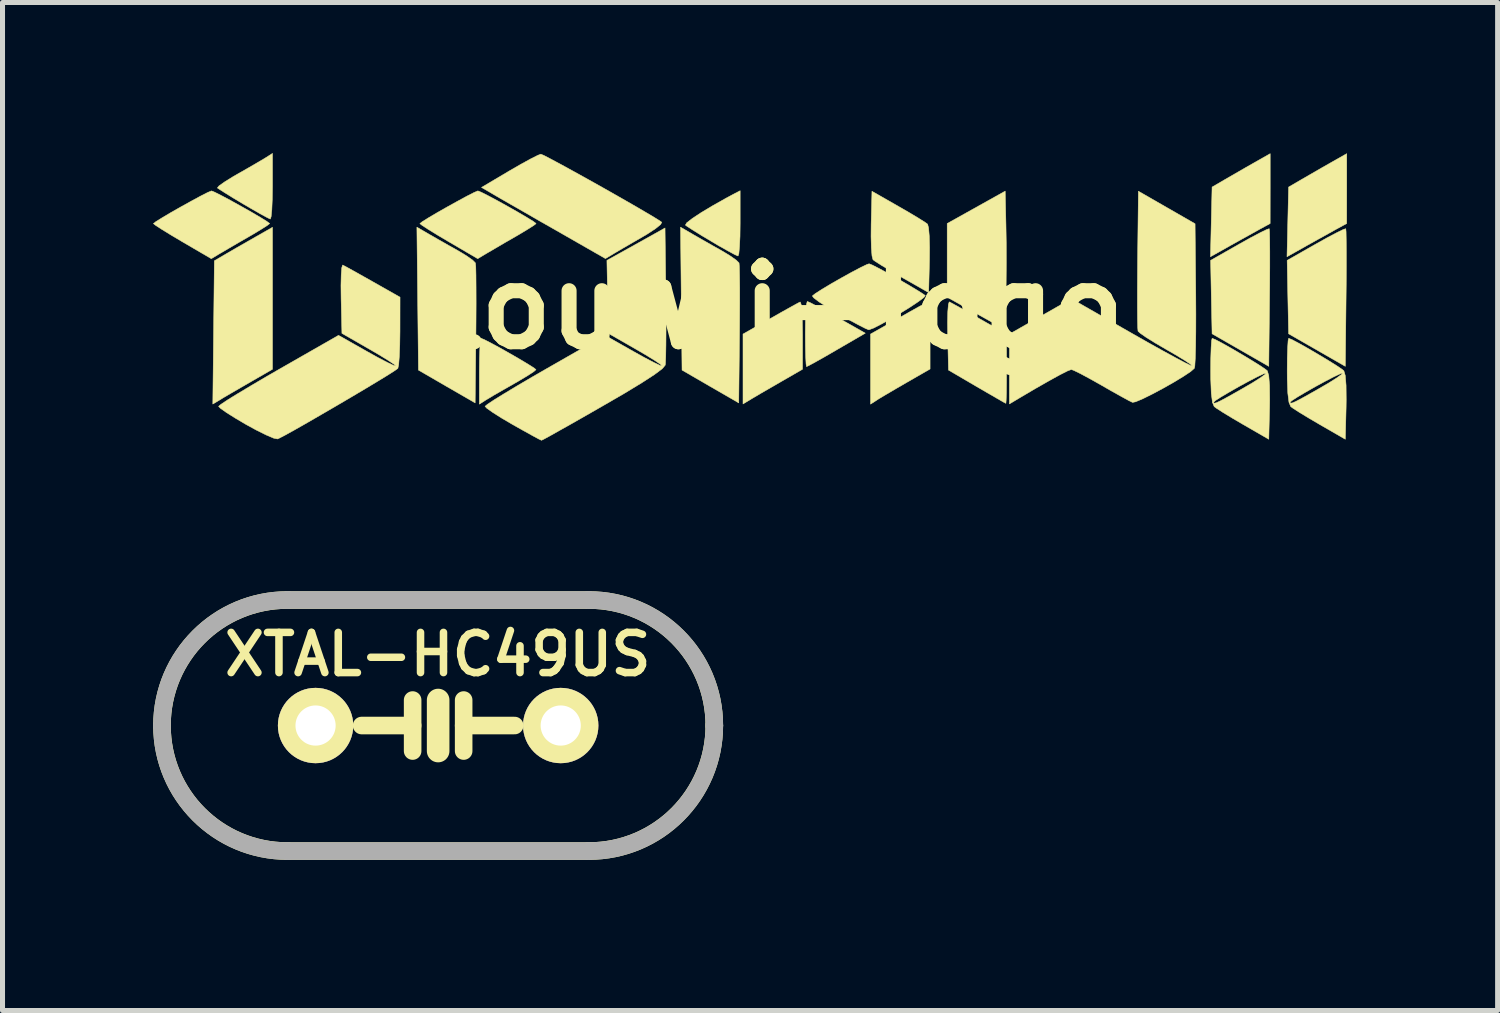
<source format=kicad_pcb>
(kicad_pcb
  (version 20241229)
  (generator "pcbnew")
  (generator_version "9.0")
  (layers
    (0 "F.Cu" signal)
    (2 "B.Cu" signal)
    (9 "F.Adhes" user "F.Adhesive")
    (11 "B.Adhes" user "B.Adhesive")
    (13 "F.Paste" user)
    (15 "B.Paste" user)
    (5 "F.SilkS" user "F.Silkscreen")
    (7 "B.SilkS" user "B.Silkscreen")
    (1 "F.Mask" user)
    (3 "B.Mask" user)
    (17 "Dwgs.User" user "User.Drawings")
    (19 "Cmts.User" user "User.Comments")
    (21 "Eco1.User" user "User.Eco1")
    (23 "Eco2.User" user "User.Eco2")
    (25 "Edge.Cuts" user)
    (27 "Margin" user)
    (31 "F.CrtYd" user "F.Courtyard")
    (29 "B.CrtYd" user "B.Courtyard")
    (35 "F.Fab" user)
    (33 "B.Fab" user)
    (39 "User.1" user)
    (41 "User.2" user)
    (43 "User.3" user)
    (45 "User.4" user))
  (footprint "LouWii-logo"
    (layer "F.Cu")
    (at 12.31 3.066)
    (property "Reference" "LouWii-logo" (at 0 0 0) (layer "F.SilkS") (effects (font (size 1.524 1.524) (thickness 0.3))))
    (attr through_hole)
    (fp_poly (pts (xy 4.672 -1.638) (xy 4.678 -1.288) (xy 4.679 -0.884) (xy 4.676 -0.487) (xy 4.672 -0.26) (xy 4.657 0.447) (xy 4.079 0.125) (xy 3.502 -0.198) (xy 3.502 -1.665) (xy 4.657 -2.31) (xy 4.672 -1.638)) (stroke (width 0.01) (type solid)) (fill yes) (layer "F.SilkS"))
    (fp_poly (pts (xy -9.934 1.237) (xy -10.343 1.473) (xy -10.561 1.599) (xy -10.766 1.718) (xy -10.918 1.807) (xy -10.937 1.819) (xy -11.122 1.93) (xy -11.091 -0.923) (xy -10.837 -1.072) (xy -10.644 -1.184) (xy -10.413 -1.316) (xy -10.259 -1.404) (xy -9.934 -1.589) (xy -9.934 1.237)) (stroke (width 0.01) (type solid)) (fill yes) (layer "F.SilkS"))
    (fp_poly (pts (xy 9.921 -1.502) (xy 9.924 -1.345) (xy 9.926 -1.106) (xy 9.926 -0.802) (xy 9.924 -0.448) (xy 9.921 -0.181) (xy 9.906 1.179) (xy 8.777 0.531) (xy 8.762 -0.2) (xy 8.748 -0.931) (xy 9.321 -1.257) (xy 9.547 -1.383) (xy 9.735 -1.482) (xy 9.864 -1.545) (xy 9.915 -1.562) (xy 9.921 -1.502)) (stroke (width 0.01) (type solid)) (fill yes) (layer "F.SilkS"))
    (fp_poly (pts (xy 9.934 -2.361) (xy 9.933 -1.665) (xy 9.722 -1.55) (xy 9.566 -1.463) (xy 9.355 -1.346) (xy 9.136 -1.224) (xy 9.128 -1.219) (xy 8.745 -1.004) (xy 8.761 -1.698) (xy 8.777 -2.391) (xy 9.031 -2.539) (xy 9.225 -2.651) (xy 9.455 -2.784) (xy 9.61 -2.872) (xy 9.934 -3.056) (xy 9.934 -2.361)) (stroke (width 0.01) (type solid)) (fill yes) (layer "F.SilkS"))
    (fp_poly (pts (xy 11.445 -1.502) (xy 11.448 -1.345) (xy 11.45 -1.106) (xy 11.45 -0.802) (xy 11.448 -0.448) (xy 11.445 -0.181) (xy 11.43 1.179) (xy 10.301 0.531) (xy 10.286 -0.2) (xy 10.272 -0.931) (xy 10.845 -1.257) (xy 11.071 -1.383) (xy 11.259 -1.482) (xy 11.388 -1.545) (xy 11.439 -1.562) (xy 11.445 -1.502)) (stroke (width 0.01) (type solid)) (fill yes) (layer "F.SilkS"))
    (fp_poly (pts (xy 11.458 -2.361) (xy 11.457 -1.665) (xy 11.246 -1.55) (xy 11.09 -1.463) (xy 10.879 -1.346) (xy 10.66 -1.224) (xy 10.652 -1.219) (xy 10.269 -1.004) (xy 10.285 -1.698) (xy 10.301 -2.391) (xy 10.555 -2.539) (xy 10.749 -2.651) (xy 10.979 -2.784) (xy 11.134 -2.872) (xy 11.458 -3.056) (xy 11.458 -2.361)) (stroke (width 0.01) (type solid)) (fill yes) (layer "F.SilkS"))
    (fp_poly (pts (xy -6.817 -1.452) (xy -6.632 -1.346) (xy -6.407 -1.218) (xy -6.246 -1.128) (xy -6.075 -1.025) (xy -5.947 -0.935) (xy -5.893 -0.88) (xy -5.886 -0.808) (xy -5.882 -0.639) (xy -5.88 -0.39) (xy -5.879 -0.077) (xy -5.881 0.283) (xy -5.883 0.545) (xy -5.898 1.907) (xy -6.463 1.581) (xy -7.027 1.254) (xy -7.058 -1.592) (xy -6.817 -1.452)) (stroke (width 0.01) (type solid)) (fill yes) (layer "F.SilkS"))
    (fp_poly (pts (xy -1.567 -1.452) (xy -1.383 -1.346) (xy -1.158 -1.218) (xy -0.997 -1.128) (xy -0.826 -1.025) (xy -0.698 -0.935) (xy -0.643 -0.88) (xy -0.637 -0.808) (xy -0.633 -0.639) (xy -0.63 -0.39) (xy -0.63 -0.077) (xy -0.632 0.283) (xy -0.634 0.545) (xy -0.649 1.907) (xy -1.214 1.581) (xy -1.778 1.254) (xy -1.793 -0.169) (xy -1.808 -1.592) (xy -1.567 -1.452)) (stroke (width 0.01) (type solid)) (fill yes) (layer "F.SilkS"))
    (fp_poly (pts (xy 0.593 -0.058) (xy 0.607 0.079) (xy 0.617 0.287) (xy 0.621 0.545) (xy 0.621 0.557) (xy 0.621 1.237) (xy 0.212 1.473) (xy -0.006 1.599) (xy -0.21 1.717) (xy -0.362 1.807) (xy -0.381 1.818) (xy -0.564 1.928) (xy -0.564 0.536) (xy -0.017 0.226) (xy 0.207 0.099) (xy 0.395 -0.006) (xy 0.526 -0.078) (xy 0.575 -0.103) (xy 0.593 -0.058)) (stroke (width 0.01) (type solid)) (fill yes) (layer "F.SilkS"))
    (fp_poly (pts (xy 0.778 -0.087) (xy 0.916 -0.015) (xy 1.11 0.09) (xy 1.313 0.203) (xy 1.871 0.519) (xy 1.298 0.852) (xy 1.072 0.983) (xy 0.884 1.089) (xy 0.753 1.16) (xy 0.701 1.185) (xy 0.692 1.133) (xy 0.684 0.989) (xy 0.679 0.778) (xy 0.677 0.536) (xy 0.68 0.281) (xy 0.689 0.072) (xy 0.702 -0.066) (xy 0.716 -0.113) (xy 0.778 -0.087)) (stroke (width 0.01) (type solid)) (fill yes) (layer "F.SilkS"))
    (fp_poly (pts (xy 3.133 -0.058) (xy 3.147 0.079) (xy 3.157 0.287) (xy 3.161 0.545) (xy 3.161 0.555) (xy 3.161 1.232) (xy 2.695 1.5) (xy 2.476 1.627) (xy 2.282 1.741) (xy 2.141 1.825) (xy 2.103 1.85) (xy 1.976 1.932) (xy 1.976 0.536) (xy 2.523 0.226) (xy 2.747 0.099) (xy 2.935 -0.006) (xy 3.066 -0.078) (xy 3.115 -0.103) (xy 3.133 -0.058)) (stroke (width 0.01) (type solid)) (fill yes) (layer "F.SilkS"))
    (fp_poly (pts (xy -0.621 -1.667) (xy -0.624 -1.411) (xy -0.634 -1.203) (xy -0.647 -1.065) (xy -0.663 -1.018) (xy -0.727 -1.046) (xy -0.864 -1.12) (xy -1.052 -1.226) (xy -1.185 -1.305) (xy -1.395 -1.43) (xy -1.568 -1.538) (xy -1.682 -1.612) (xy -1.711 -1.634) (xy -1.685 -1.679) (xy -1.574 -1.765) (xy -1.396 -1.883) (xy -1.165 -2.021) (xy -0.899 -2.171) (xy -0.748 -2.252) (xy -0.621 -2.318) (xy -0.621 -1.667)) (stroke (width 0.01) (type solid)) (fill yes) (layer "F.SilkS"))
    (fp_poly (pts (xy 2.531 -2.006) (xy 2.753 -1.878) (xy 2.939 -1.766) (xy 3.067 -1.685) (xy 3.112 -1.652) (xy 3.131 -1.578) (xy 3.145 -1.415) (xy 3.151 -1.189) (xy 3.149 -0.945) (xy 3.133 -0.29) (xy 2.605 -0.59) (xy 2.384 -0.719) (xy 2.197 -0.83) (xy 2.069 -0.912) (xy 2.025 -0.944) (xy 2.005 -1.019) (xy 1.992 -1.181) (xy 1.986 -1.408) (xy 1.988 -1.652) (xy 2.004 -2.307) (xy 2.531 -2.006)) (stroke (width 0.01) (type solid)) (fill yes) (layer "F.SilkS"))
    (fp_poly (pts (xy -9.934 -2.405) (xy -9.938 -2.149) (xy -9.947 -1.94) (xy -9.961 -1.802) (xy -9.977 -1.754) (xy -10.04 -1.784) (xy -10.178 -1.859) (xy -10.366 -1.967) (xy -10.51 -2.051) (xy -10.719 -2.176) (xy -10.89 -2.282) (xy -11.001 -2.353) (xy -11.031 -2.374) (xy -10.999 -2.414) (xy -10.888 -2.493) (xy -10.719 -2.598) (xy -10.625 -2.652) (xy -10.411 -2.774) (xy -10.222 -2.884) (xy -10.088 -2.963) (xy -10.061 -2.98) (xy -9.934 -3.061) (xy -9.934 -2.405)) (stroke (width 0.01) (type solid)) (fill yes) (layer "F.SilkS"))
    (fp_poly (pts (xy -5.716 0.647) (xy -5.582 0.716) (xy -5.403 0.813) (xy -5.203 0.926) (xy -5.007 1.039) (xy -4.839 1.14) (xy -4.724 1.213) (xy -4.686 1.245) (xy -4.731 1.284) (xy -4.853 1.364) (xy -5.03 1.47) (xy -5.122 1.523) (xy -5.336 1.645) (xy -5.526 1.754) (xy -5.659 1.834) (xy -5.687 1.851) (xy -5.814 1.932) (xy -5.814 1.276) (xy -5.811 1.02) (xy -5.804 0.81) (xy -5.793 0.67) (xy -5.78 0.621) (xy -5.716 0.647)) (stroke (width 0.01) (type solid)) (fill yes) (layer "F.SilkS"))
    (fp_poly (pts (xy 3.544 -0.104) (xy 3.61 -0.07) (xy 3.751 0.008) (xy 3.947 0.118) (xy 4.137 0.226) (xy 4.683 0.536) (xy 4.684 1.228) (xy 4.683 1.492) (xy 4.681 1.709) (xy 4.676 1.858) (xy 4.671 1.916) (xy 4.671 1.916) (xy 4.619 1.889) (xy 4.491 1.815) (xy 4.304 1.707) (xy 4.092 1.584) (xy 3.528 1.254) (xy 3.512 0.565) (xy 3.509 0.304) (xy 3.514 0.091) (xy 3.526 -0.052) (xy 3.542 -0.104) (xy 3.544 -0.104)) (stroke (width 0.01) (type solid)) (fill yes) (layer "F.SilkS"))
    (fp_poly (pts (xy -11.083 -2.288) (xy -10.948 -2.22) (xy -10.766 -2.123) (xy -10.561 -2.009) (xy -10.357 -1.894) (xy -10.179 -1.789) (xy -10.049 -1.709) (xy -9.992 -1.666) (xy -9.991 -1.664) (xy -10.036 -1.628) (xy -10.157 -1.551) (xy -10.33 -1.446) (xy -10.4 -1.406) (xy -10.615 -1.282) (xy -10.815 -1.165) (xy -10.961 -1.079) (xy -10.981 -1.068) (xy -11.152 -0.965) (xy -11.729 -1.302) (xy -11.953 -1.435) (xy -12.137 -1.548) (xy -12.26 -1.628) (xy -12.305 -1.663) (xy -12.259 -1.7) (xy -12.137 -1.776) (xy -11.964 -1.879) (xy -11.762 -1.994) (xy -11.556 -2.108) (xy -11.37 -2.209) (xy -11.227 -2.282) (xy -11.151 -2.314) (xy -11.148 -2.314) (xy -11.083 -2.288)) (stroke (width 0.01) (type solid)) (fill yes) (layer "F.SilkS"))
    (fp_poly (pts (xy -5.777 -2.288) (xy -5.642 -2.22) (xy -5.46 -2.123) (xy -5.255 -2.009) (xy -5.052 -1.894) (xy -4.873 -1.789) (xy -4.743 -1.709) (xy -4.686 -1.666) (xy -4.685 -1.664) (xy -4.73 -1.628) (xy -4.851 -1.551) (xy -5.025 -1.446) (xy -5.094 -1.406) (xy -5.31 -1.282) (xy -5.509 -1.165) (xy -5.656 -1.079) (xy -5.675 -1.068) (xy -5.847 -0.965) (xy -6.423 -1.302) (xy -6.647 -1.435) (xy -6.831 -1.548) (xy -6.954 -1.628) (xy -6.999 -1.663) (xy -6.953 -1.7) (xy -6.832 -1.776) (xy -6.658 -1.879) (xy -6.456 -1.994) (xy -6.25 -2.108) (xy -6.064 -2.209) (xy -5.921 -2.282) (xy -5.846 -2.314) (xy -5.842 -2.314) (xy -5.777 -2.288)) (stroke (width 0.01) (type solid)) (fill yes) (layer "F.SilkS"))
    (fp_poly (pts (xy 2.015 -0.836) (xy 2.154 -0.765) (xy 2.338 -0.665) (xy 2.544 -0.549) (xy 2.746 -0.432) (xy 2.917 -0.329) (xy 3.034 -0.254) (xy 3.066 -0.229) (xy 3.035 -0.19) (xy 2.928 -0.11) (xy 2.768 -0.003) (xy 2.576 0.116) (xy 2.375 0.235) (xy 2.188 0.339) (xy 2.038 0.416) (xy 1.947 0.45) (xy 1.939 0.451) (xy 1.873 0.424) (xy 1.732 0.352) (xy 1.536 0.247) (xy 1.34 0.137) (xy 1.123 0.008) (xy 0.951 -0.104) (xy 0.844 -0.185) (xy 0.817 -0.223) (xy 0.877 -0.271) (xy 1.012 -0.357) (xy 1.195 -0.467) (xy 1.402 -0.585) (xy 1.606 -0.698) (xy 1.783 -0.791) (xy 1.906 -0.85) (xy 1.947 -0.863) (xy 2.015 -0.836)) (stroke (width 0.01) (type solid)) (fill yes) (layer "F.SilkS"))
    (fp_poly (pts (xy -4.528 -3.02) (xy -4.386 -2.946) (xy -4.179 -2.835) (xy -3.924 -2.695) (xy -3.639 -2.537) (xy -3.339 -2.369) (xy -3.042 -2.2) (xy -2.764 -2.041) (xy -2.522 -1.9) (xy -2.333 -1.788) (xy -2.212 -1.712) (xy -2.182 -1.69) (xy -2.205 -1.646) (xy -2.308 -1.562) (xy -2.471 -1.455) (xy -2.549 -1.409) (xy -2.765 -1.284) (xy -2.965 -1.168) (xy -3.111 -1.082) (xy -3.133 -1.069) (xy -3.303 -0.967) (xy -4.29 -1.532) (xy -4.61 -1.714) (xy -4.912 -1.888) (xy -5.178 -2.04) (xy -5.387 -2.16) (xy -5.519 -2.237) (xy -5.524 -2.24) (xy -5.771 -2.384) (xy -5.214 -2.714) (xy -4.987 -2.845) (xy -4.792 -2.952) (xy -4.651 -3.023) (xy -4.59 -3.046) (xy -4.528 -3.02)) (stroke (width 0.01) (type solid)) (fill yes) (layer "F.SilkS"))
    (fp_poly (pts (xy -2.101 -0.266) (xy -2.097 0.113) (xy -2.097 0.459) (xy -2.099 0.755) (xy -2.103 0.981) (xy -2.109 1.123) (xy -2.114 1.157) (xy -2.173 1.227) (xy -2.328 1.343) (xy -2.581 1.507) (xy -2.932 1.72) (xy -3.348 1.961) (xy -3.681 2.152) (xy -3.981 2.323) (xy -4.234 2.465) (xy -4.426 2.573) (xy -4.545 2.637) (xy -4.577 2.652) (xy -4.632 2.626) (xy -4.765 2.554) (xy -4.954 2.449) (xy -5.151 2.338) (xy -5.371 2.209) (xy -5.549 2.096) (xy -5.665 2.014) (xy -5.701 1.976) (xy -5.654 1.936) (xy -5.522 1.848) (xy -5.318 1.722) (xy -5.057 1.565) (xy -4.75 1.385) (xy -4.507 1.245) (xy -3.313 0.562) (xy -2.753 0.879) (xy -2.53 1.003) (xy -2.345 1.1) (xy -2.218 1.16) (xy -2.171 1.174) (xy -2.207 1.139) (xy -2.324 1.06) (xy -2.501 0.951) (xy -2.697 0.837) (xy -3.246 0.522) (xy -3.26 -0.205) (xy -3.274 -0.931) (xy -2.695 -1.253) (xy -2.117 -1.576) (xy -2.101 -0.266)) (stroke (width 0.01) (type solid)) (fill yes) (layer "F.SilkS"))
    (fp_poly (pts (xy 8.845 0.648) (xy 8.983 0.721) (xy 9.166 0.824) (xy 9.369 0.943) (xy 9.567 1.062) (xy 9.735 1.167) (xy 9.847 1.243) (xy 9.877 1.268) (xy 9.905 1.363) (xy 9.921 1.558) (xy 9.924 1.84) (xy 9.922 1.987) (xy 9.906 2.631) (xy 9.398 2.338) (xy 9.178 2.209) (xy 8.992 2.096) (xy 8.862 2.012) (xy 8.819 1.98) (xy 8.784 1.895) (xy 8.805 1.895) (xy 8.816 1.913) (xy 8.859 1.906) (xy 8.949 1.864) (xy 9.103 1.781) (xy 9.337 1.649) (xy 9.372 1.629) (xy 9.58 1.508) (xy 9.741 1.406) (xy 9.837 1.336) (xy 9.855 1.313) (xy 9.8 1.329) (xy 9.673 1.389) (xy 9.5 1.479) (xy 9.304 1.586) (xy 9.113 1.695) (xy 8.949 1.792) (xy 8.838 1.864) (xy 8.805 1.895) (xy 8.784 1.895) (xy 8.784 1.895) (xy 8.761 1.714) (xy 8.75 1.43) (xy 8.749 1.268) (xy 8.751 1.013) (xy 8.758 0.805) (xy 8.767 0.667) (xy 8.778 0.621) (xy 8.845 0.648)) (stroke (width 0.01) (type solid)) (fill yes) (layer "F.SilkS"))
    (fp_poly (pts (xy 10.369 0.648) (xy 10.507 0.721) (xy 10.69 0.824) (xy 10.893 0.943) (xy 11.091 1.062) (xy 11.259 1.167) (xy 11.371 1.243) (xy 11.401 1.268) (xy 11.429 1.363) (xy 11.445 1.558) (xy 11.448 1.84) (xy 11.446 1.987) (xy 11.43 2.631) (xy 10.922 2.338) (xy 10.702 2.209) (xy 10.516 2.096) (xy 10.386 2.012) (xy 10.343 1.98) (xy 10.308 1.895) (xy 10.329 1.895) (xy 10.34 1.913) (xy 10.383 1.906) (xy 10.473 1.864) (xy 10.627 1.781) (xy 10.861 1.649) (xy 10.896 1.629) (xy 11.104 1.508) (xy 11.265 1.406) (xy 11.361 1.336) (xy 11.379 1.313) (xy 11.324 1.329) (xy 11.197 1.389) (xy 11.024 1.479) (xy 10.828 1.586) (xy 10.637 1.695) (xy 10.473 1.792) (xy 10.362 1.864) (xy 10.329 1.895) (xy 10.308 1.895) (xy 10.308 1.895) (xy 10.285 1.714) (xy 10.274 1.43) (xy 10.273 1.268) (xy 10.275 1.013) (xy 10.282 0.805) (xy 10.291 0.667) (xy 10.302 0.621) (xy 10.369 0.648)) (stroke (width 0.01) (type solid)) (fill yes) (layer "F.SilkS"))
    (fp_poly (pts (xy -8.536 -0.838) (xy -8.47 -0.804) (xy -8.329 -0.726) (xy -8.133 -0.616) (xy -7.941 -0.508) (xy -7.394 -0.198) (xy -7.395 0.48) (xy -7.399 0.749) (xy -7.408 0.978) (xy -7.421 1.143) (xy -7.437 1.22) (xy -7.494 1.261) (xy -7.631 1.349) (xy -7.834 1.473) (xy -8.085 1.624) (xy -8.368 1.792) (xy -8.666 1.967) (xy -8.962 2.139) (xy -9.24 2.3) (xy -9.484 2.439) (xy -9.677 2.546) (xy -9.802 2.611) (xy -9.833 2.625) (xy -9.909 2.61) (xy -10.059 2.546) (xy -10.26 2.446) (xy -10.456 2.339) (xy -10.676 2.209) (xy -10.854 2.097) (xy -10.971 2.014) (xy -11.007 1.976) (xy -10.96 1.936) (xy -10.828 1.848) (xy -10.624 1.722) (xy -10.362 1.565) (xy -10.056 1.385) (xy -9.813 1.245) (xy -8.619 0.562) (xy -8.059 0.879) (xy -7.836 1.003) (xy -7.65 1.1) (xy -7.524 1.16) (xy -7.477 1.174) (xy -7.513 1.139) (xy -7.63 1.06) (xy -7.807 0.951) (xy -8.003 0.837) (xy -8.551 0.522) (xy -8.567 -0.167) (xy -8.57 -0.429) (xy -8.565 -0.642) (xy -8.554 -0.785) (xy -8.537 -0.838) (xy -8.536 -0.838)) (stroke (width 0.01) (type solid)) (fill yes) (layer "F.SilkS"))
    (fp_poly (pts (xy 7.874 -1.984) (xy 8.438 -1.66) (xy 8.452 -0.251) (xy 8.454 0.138) (xy 8.453 0.491) (xy 8.449 0.792) (xy 8.442 1.024) (xy 8.433 1.172) (xy 8.424 1.218) (xy 8.349 1.284) (xy 8.203 1.381) (xy 8.01 1.498) (xy 7.794 1.62) (xy 7.58 1.734) (xy 7.392 1.827) (xy 7.254 1.885) (xy 7.193 1.897) (xy 7.113 1.858) (xy 6.96 1.774) (xy 6.756 1.66) (xy 6.572 1.554) (xy 6.348 1.428) (xy 6.159 1.326) (xy 6.026 1.261) (xy 5.974 1.242) (xy 5.899 1.27) (xy 5.743 1.349) (xy 5.522 1.471) (xy 5.25 1.626) (xy 4.942 1.808) (xy 4.925 1.818) (xy 4.741 1.928) (xy 4.743 0.536) (xy 5.359 0.185) (xy 5.975 -0.166) (xy 7.168 0.516) (xy 7.499 0.704) (xy 7.797 0.87) (xy 8.048 1.007) (xy 8.238 1.108) (xy 8.354 1.164) (xy 8.384 1.174) (xy 8.348 1.138) (xy 8.232 1.06) (xy 8.055 0.952) (xy 7.866 0.843) (xy 7.645 0.714) (xy 7.463 0.601) (xy 7.342 0.516) (xy 7.302 0.479) (xy 7.296 0.408) (xy 7.292 0.241) (xy 7.29 -0.006) (xy 7.29 -0.318) (xy 7.292 -0.677) (xy 7.294 -0.943) (xy 7.31 -2.308) (xy 7.874 -1.984)) (stroke (width 0.01) (type solid)) (fill yes) (layer "F.SilkS")))
  (footprint "XTAL-HC49US"
    (layer "F.Cu")
    (at 5.675 11.398)
    (property "Reference" "XTAL-HC49US" (at -0.008 -1.417 0) (layer "F.SilkS") (effects (font (size 0.8 0.8) (thickness 0.15))))
    (attr through_hole)
    (fp_line (start -3 2.499) (end 3 2.499) (stroke (width 0.35) (type solid)) (layer "F.SilkS"))
    (fp_line (start -0.508 -0.508) (end -0.508 0.508) (stroke (width 0.35) (type solid)) (layer "F.SilkS"))
    (fp_line (start -0.508 0) (end -1.524 0) (stroke (width 0.35) (type solid)) (layer "F.SilkS"))
    (fp_line (start 0 -0.508) (end 0 0.508) (stroke (width 0.45) (type solid)) (layer "F.SilkS"))
    (fp_line (start 0.508 -0.508) (end 0.508 0.508) (stroke (width 0.35) (type solid)) (layer "F.SilkS"))
    (fp_line (start 0.508 0) (end 1.524 0) (stroke (width 0.35) (type solid)) (layer "F.SilkS"))
    (fp_line (start 3 -2.499) (end -3 -2.499) (stroke (width 0.35) (type solid)) (layer "F.SilkS"))
    (fp_arc (start -5.4991 0) (mid -4.767054 -1.767314) (end -2.99974 -2.49936) (stroke (width 0.35) (type solid)) (layer "F.SilkS"))
    (fp_arc (start -2.99974 2.49936) (mid -4.767054 1.767314) (end -5.4991 0) (stroke (width 0.35) (type solid)) (layer "F.SilkS"))
    (fp_arc (start 2.99974 -2.49936) (mid 4.767054 -1.767314) (end 5.4991 0) (stroke (width 0.35) (type solid)) (layer "F.SilkS"))
    (fp_arc (start 5.4991 0) (mid 4.767054 1.767314) (end 2.99974 2.49936) (stroke (width 0.35) (type solid)) (layer "F.SilkS"))
    (fp_line (start -3 2.5) (end 3 2.5) (stroke (width 0.35) (type solid)) (layer "F.Fab"))
    (fp_line (start 3 -2.5) (end -3 -2.5) (stroke (width 0.35) (type solid)) (layer "F.Fab"))
    (fp_arc (start -5.5 0) (mid -4.767767 -1.767767) (end -3 -2.5) (stroke (width 0.35) (type solid)) (layer "F.Fab"))
    (fp_arc (start -3 2.5) (mid -4.767767 1.767767) (end -5.5 0) (stroke (width 0.35) (type solid)) (layer "F.Fab"))
    (fp_arc (start 3 -2.5) (mid 4.767767 -1.767767) (end 5.5 0) (stroke (width 0.35) (type solid)) (layer "F.Fab"))
    (fp_arc (start 5.5 0) (mid 4.767767 1.767767) (end 3 2.5) (stroke (width 0.35) (type solid)) (layer "F.Fab"))
    (pad "1" thru_hole circle (at -2.441 0) (size 1.5 1.5) (drill 0.8) (layers "*.Cu" "*.Mask" "F.SilkS"))
    (pad "2" thru_hole circle (at 2.441 0) (size 1.5 1.5) (drill 0.8) (layers "*.Cu" "*.Mask" "F.SilkS")))
  (gr_rect
    (start -3 -3)
    (end 26.773 17.073)
    (stroke (width 0.1) (type default))
    (fill no)
    (layer "Edge.Cuts")))
</source>
